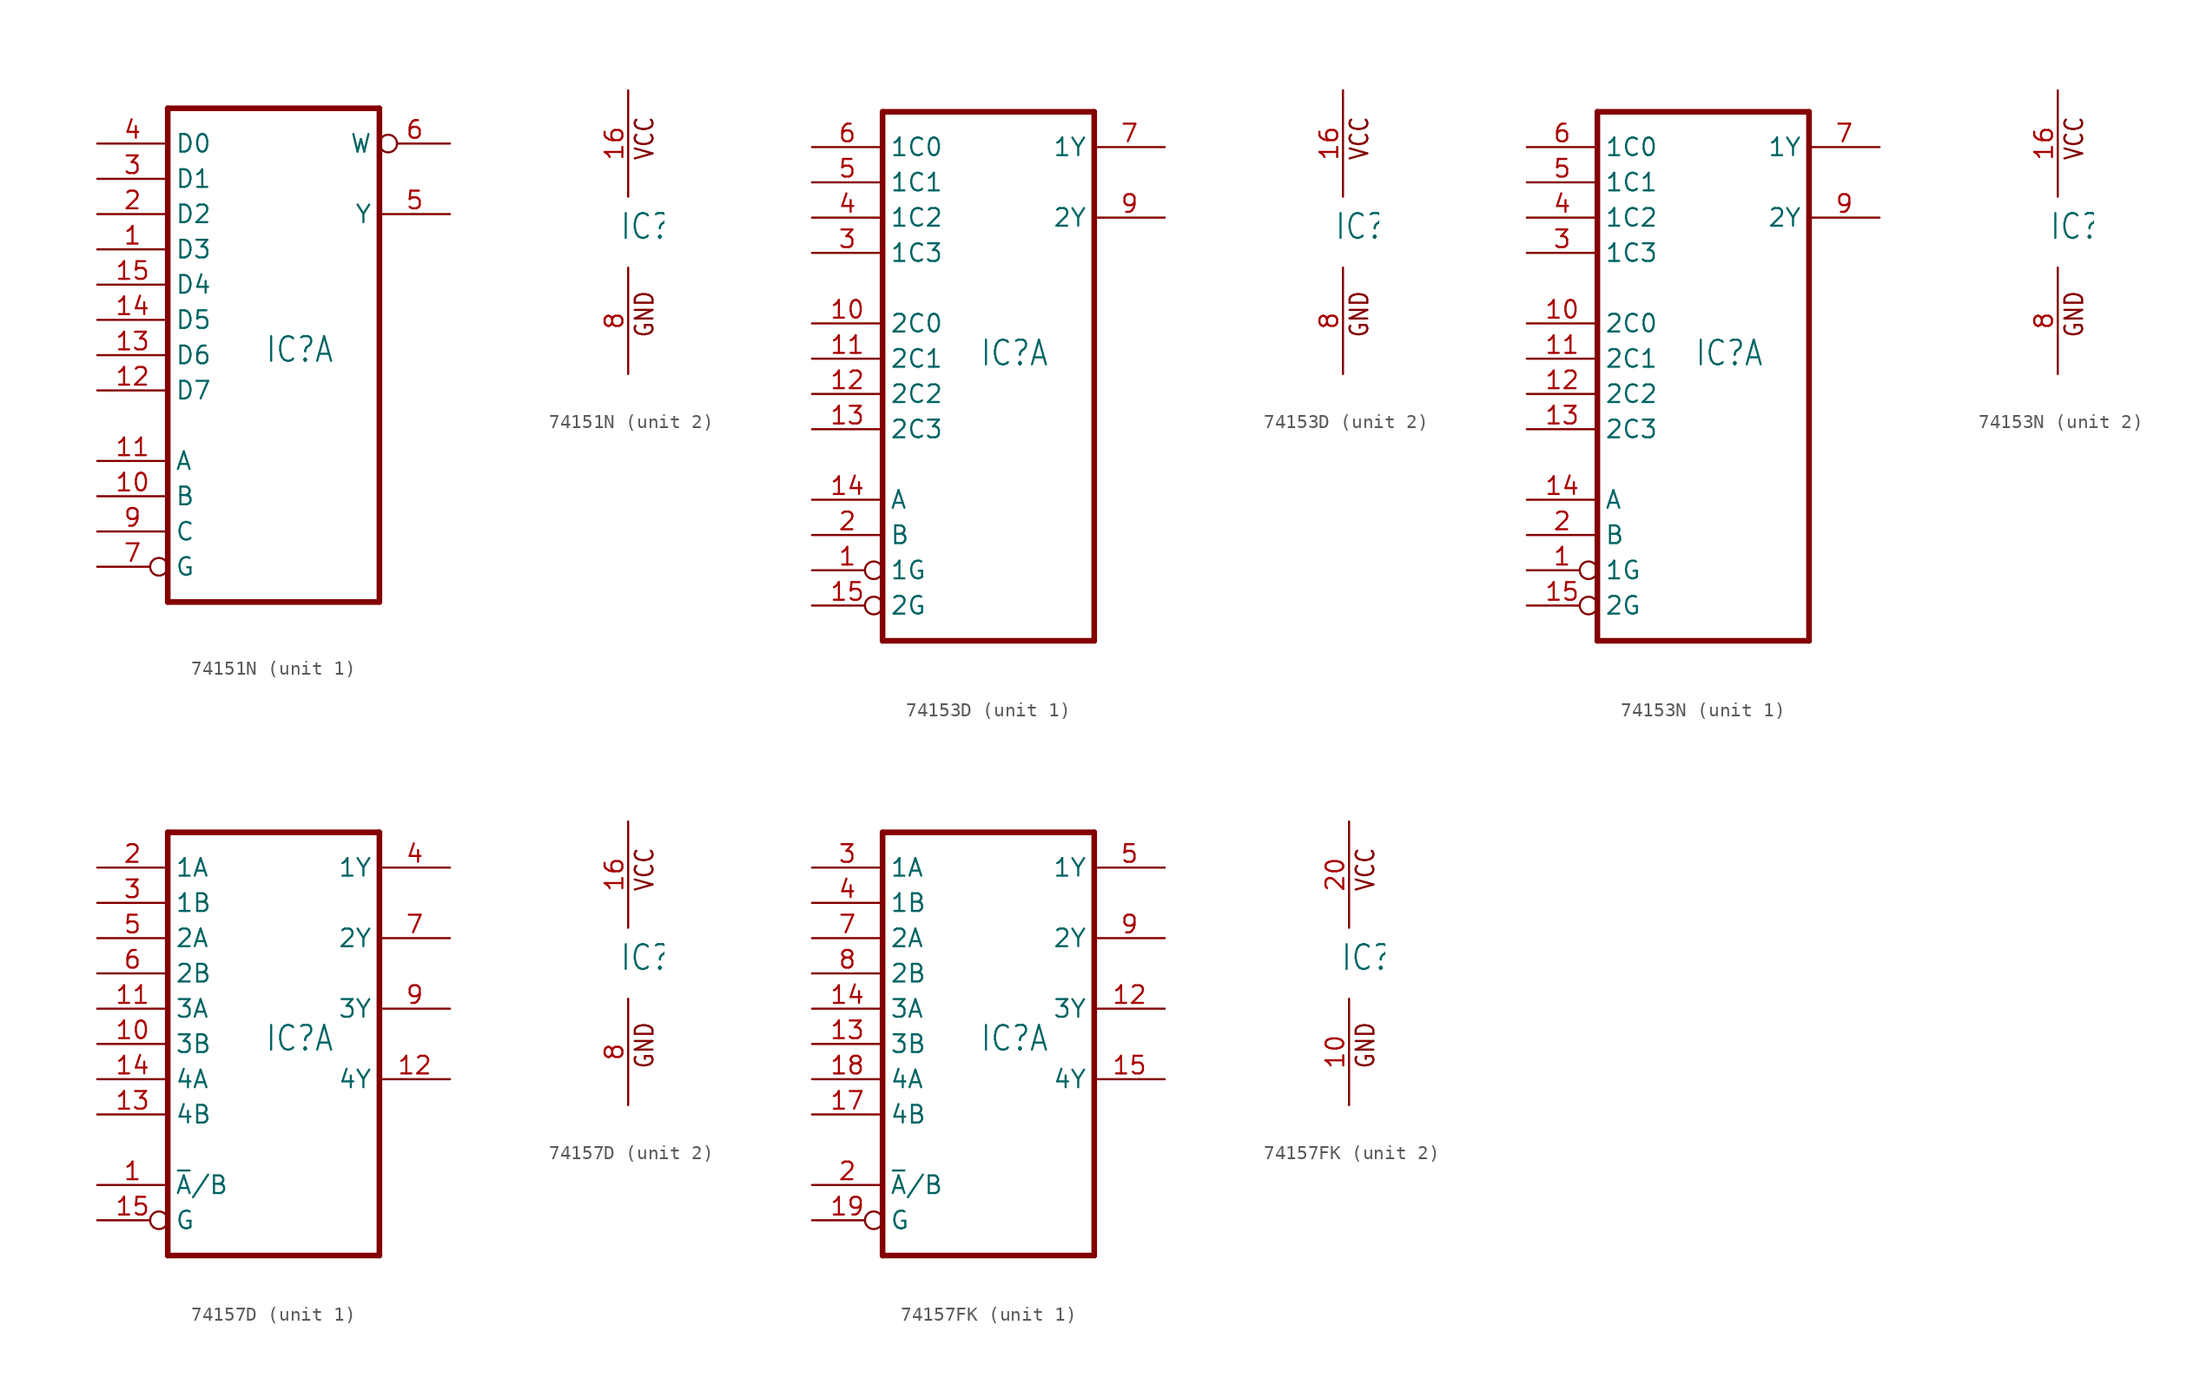
<source format=kicad_sym>
(kicad_symbol_lib
  (version 20211014)
  (generator kicad_symbol_editor)
  (symbol "74151N"
    (property "Reference" "IC"
      (at -0.635 -0.635 0)
      (effects (font (size 1.778 1.511)) (justify left bottom)))
    (property "ki_locked" ""
      (at 0 0 0)
      (effects (font (size 1.27 1.27))))
    (symbol "74151N_1_0"
      (polyline (pts (xy -7.62 -17.78) (xy 7.62 -17.78)) (stroke (width 0.406) (type default) (color 0 0 0 0)) (fill (type none)))
      (polyline (pts (xy -7.62 17.78) (xy -7.62 -17.78)) (stroke (width 0.406) (type default) (color 0 0 0 0)) (fill (type none)))
      (polyline (pts (xy 7.62 -17.78) (xy 7.62 17.78)) (stroke (width 0.406) (type default) (color 0 0 0 0)) (fill (type none)))
      (polyline (pts (xy 7.62 17.78) (xy -7.62 17.78)) (stroke (width 0.406) (type default) (color 0 0 0 0)) (fill (type none)))
      (pin input line (at -12.7 7.62 0) (length 5.08) (name "D3" (effects (font (size 1.27 1.27)))) (number "1" (effects (font (size 1.27 1.27)))))
      (pin input line (at -12.7 -10.16 0) (length 5.08) (name "B" (effects (font (size 1.27 1.27)))) (number "10" (effects (font (size 1.27 1.27)))))
      (pin input line (at -12.7 -7.62 0) (length 5.08) (name "A" (effects (font (size 1.27 1.27)))) (number "11" (effects (font (size 1.27 1.27)))))
      (pin input line (at -12.7 -2.54 0) (length 5.08) (name "D7" (effects (font (size 1.27 1.27)))) (number "12" (effects (font (size 1.27 1.27)))))
      (pin input line (at -12.7 0 0) (length 5.08) (name "D6" (effects (font (size 1.27 1.27)))) (number "13" (effects (font (size 1.27 1.27)))))
      (pin input line (at -12.7 2.54 0) (length 5.08) (name "D5" (effects (font (size 1.27 1.27)))) (number "14" (effects (font (size 1.27 1.27)))))
      (pin input line (at -12.7 5.08 0) (length 5.08) (name "D4" (effects (font (size 1.27 1.27)))) (number "15" (effects (font (size 1.27 1.27)))))
      (pin input line (at -12.7 10.16 0) (length 5.08) (name "D2" (effects (font (size 1.27 1.27)))) (number "2" (effects (font (size 1.27 1.27)))))
      (pin input line (at -12.7 12.7 0) (length 5.08) (name "D1" (effects (font (size 1.27 1.27)))) (number "3" (effects (font (size 1.27 1.27)))))
      (pin input line (at -12.7 15.24 0) (length 5.08) (name "D0" (effects (font (size 1.27 1.27)))) (number "4" (effects (font (size 1.27 1.27)))))
      (pin output line (at 12.7 10.16 180) (length 5.08) (name "Y" (effects (font (size 1.27 1.27)))) (number "5" (effects (font (size 1.27 1.27)))))
      (pin output inverted (at 12.7 15.24 180) (length 5.08) (name "W" (effects (font (size 1.27 1.27)))) (number "6" (effects (font (size 1.27 1.27)))))
      (pin input inverted (at -12.7 -15.24 0) (length 5.08) (name "G" (effects (font (size 1.27 1.27)))) (number "7" (effects (font (size 1.27 1.27)))))
      (pin input line (at -12.7 -12.7 0) (length 5.08) (name "C" (effects (font (size 1.27 1.27)))) (number "9" (effects (font (size 1.27 1.27))))))
    (symbol "74151N_2_0"
      (text "GND" (at 1.905 -7.62 900) (effects (font (size 1.27 1.079)) (justify left bottom)))
      (text "VCC" (at 1.905 5.08 900) (effects (font (size 1.27 1.079)) (justify left bottom)))
      (pin power_in line (at 0 10.16 270) (length 7.62) (name "VCC" (effects (font (size 0 0)))) (number "16" (effects (font (size 1.27 1.27)))))
      (pin power_in line (at 0 -10.16 90) (length 7.62) (name "GND" (effects (font (size 0 0)))) (number "8" (effects (font (size 1.27 1.27)))))))
  (symbol "74153D"
    (property "Reference" "IC"
      (at -0.635 -0.635 0)
      (effects (font (size 1.778 1.511)) (justify left bottom)))
    (property "ki_locked" ""
      (at 0 0 0)
      (effects (font (size 1.27 1.27))))
    (symbol "74153D_1_0"
      (polyline (pts (xy -7.62 -20.32) (xy 7.62 -20.32)) (stroke (width 0.406) (type default) (color 0 0 0 0)) (fill (type none)))
      (polyline (pts (xy -7.62 17.78) (xy -7.62 -20.32)) (stroke (width 0.406) (type default) (color 0 0 0 0)) (fill (type none)))
      (polyline (pts (xy 7.62 -20.32) (xy 7.62 17.78)) (stroke (width 0.406) (type default) (color 0 0 0 0)) (fill (type none)))
      (polyline (pts (xy 7.62 17.78) (xy -7.62 17.78)) (stroke (width 0.406) (type default) (color 0 0 0 0)) (fill (type none)))
      (pin input inverted (at -12.7 -15.24 0) (length 5.08) (name "1G" (effects (font (size 1.27 1.27)))) (number "1" (effects (font (size 1.27 1.27)))))
      (pin input line (at -12.7 2.54 0) (length 5.08) (name "2C0" (effects (font (size 1.27 1.27)))) (number "10" (effects (font (size 1.27 1.27)))))
      (pin input line (at -12.7 0 0) (length 5.08) (name "2C1" (effects (font (size 1.27 1.27)))) (number "11" (effects (font (size 1.27 1.27)))))
      (pin input line (at -12.7 -2.54 0) (length 5.08) (name "2C2" (effects (font (size 1.27 1.27)))) (number "12" (effects (font (size 1.27 1.27)))))
      (pin input line (at -12.7 -5.08 0) (length 5.08) (name "2C3" (effects (font (size 1.27 1.27)))) (number "13" (effects (font (size 1.27 1.27)))))
      (pin input line (at -12.7 -10.16 0) (length 5.08) (name "A" (effects (font (size 1.27 1.27)))) (number "14" (effects (font (size 1.27 1.27)))))
      (pin input inverted (at -12.7 -17.78 0) (length 5.08) (name "2G" (effects (font (size 1.27 1.27)))) (number "15" (effects (font (size 1.27 1.27)))))
      (pin input line (at -12.7 -12.7 0) (length 5.08) (name "B" (effects (font (size 1.27 1.27)))) (number "2" (effects (font (size 1.27 1.27)))))
      (pin input line (at -12.7 7.62 0) (length 5.08) (name "1C3" (effects (font (size 1.27 1.27)))) (number "3" (effects (font (size 1.27 1.27)))))
      (pin input line (at -12.7 10.16 0) (length 5.08) (name "1C2" (effects (font (size 1.27 1.27)))) (number "4" (effects (font (size 1.27 1.27)))))
      (pin input line (at -12.7 12.7 0) (length 5.08) (name "1C1" (effects (font (size 1.27 1.27)))) (number "5" (effects (font (size 1.27 1.27)))))
      (pin input line (at -12.7 15.24 0) (length 5.08) (name "1C0" (effects (font (size 1.27 1.27)))) (number "6" (effects (font (size 1.27 1.27)))))
      (pin output line (at 12.7 15.24 180) (length 5.08) (name "1Y" (effects (font (size 1.27 1.27)))) (number "7" (effects (font (size 1.27 1.27)))))
      (pin output line (at 12.7 10.16 180) (length 5.08) (name "2Y" (effects (font (size 1.27 1.27)))) (number "9" (effects (font (size 1.27 1.27))))))
    (symbol "74153D_2_0"
      (text "GND" (at 1.905 -7.62 900) (effects (font (size 1.27 1.079)) (justify left bottom)))
      (text "VCC" (at 1.905 5.08 900) (effects (font (size 1.27 1.079)) (justify left bottom)))
      (pin power_in line (at 0 10.16 270) (length 7.62) (name "VCC" (effects (font (size 0 0)))) (number "16" (effects (font (size 1.27 1.27)))))
      (pin power_in line (at 0 -10.16 90) (length 7.62) (name "GND" (effects (font (size 0 0)))) (number "8" (effects (font (size 1.27 1.27)))))))
  (symbol "74153N"
    (property "Reference" "IC"
      (at -0.635 -0.635 0)
      (effects (font (size 1.778 1.511)) (justify left bottom)))
    (property "ki_locked" ""
      (at 0 0 0)
      (effects (font (size 1.27 1.27))))
    (symbol "74153N_1_0"
      (polyline (pts (xy -7.62 -20.32) (xy 7.62 -20.32)) (stroke (width 0.406) (type default) (color 0 0 0 0)) (fill (type none)))
      (polyline (pts (xy -7.62 17.78) (xy -7.62 -20.32)) (stroke (width 0.406) (type default) (color 0 0 0 0)) (fill (type none)))
      (polyline (pts (xy 7.62 -20.32) (xy 7.62 17.78)) (stroke (width 0.406) (type default) (color 0 0 0 0)) (fill (type none)))
      (polyline (pts (xy 7.62 17.78) (xy -7.62 17.78)) (stroke (width 0.406) (type default) (color 0 0 0 0)) (fill (type none)))
      (pin input inverted (at -12.7 -15.24 0) (length 5.08) (name "1G" (effects (font (size 1.27 1.27)))) (number "1" (effects (font (size 1.27 1.27)))))
      (pin input line (at -12.7 2.54 0) (length 5.08) (name "2C0" (effects (font (size 1.27 1.27)))) (number "10" (effects (font (size 1.27 1.27)))))
      (pin input line (at -12.7 0 0) (length 5.08) (name "2C1" (effects (font (size 1.27 1.27)))) (number "11" (effects (font (size 1.27 1.27)))))
      (pin input line (at -12.7 -2.54 0) (length 5.08) (name "2C2" (effects (font (size 1.27 1.27)))) (number "12" (effects (font (size 1.27 1.27)))))
      (pin input line (at -12.7 -5.08 0) (length 5.08) (name "2C3" (effects (font (size 1.27 1.27)))) (number "13" (effects (font (size 1.27 1.27)))))
      (pin input line (at -12.7 -10.16 0) (length 5.08) (name "A" (effects (font (size 1.27 1.27)))) (number "14" (effects (font (size 1.27 1.27)))))
      (pin input inverted (at -12.7 -17.78 0) (length 5.08) (name "2G" (effects (font (size 1.27 1.27)))) (number "15" (effects (font (size 1.27 1.27)))))
      (pin input line (at -12.7 -12.7 0) (length 5.08) (name "B" (effects (font (size 1.27 1.27)))) (number "2" (effects (font (size 1.27 1.27)))))
      (pin input line (at -12.7 7.62 0) (length 5.08) (name "1C3" (effects (font (size 1.27 1.27)))) (number "3" (effects (font (size 1.27 1.27)))))
      (pin input line (at -12.7 10.16 0) (length 5.08) (name "1C2" (effects (font (size 1.27 1.27)))) (number "4" (effects (font (size 1.27 1.27)))))
      (pin input line (at -12.7 12.7 0) (length 5.08) (name "1C1" (effects (font (size 1.27 1.27)))) (number "5" (effects (font (size 1.27 1.27)))))
      (pin input line (at -12.7 15.24 0) (length 5.08) (name "1C0" (effects (font (size 1.27 1.27)))) (number "6" (effects (font (size 1.27 1.27)))))
      (pin output line (at 12.7 15.24 180) (length 5.08) (name "1Y" (effects (font (size 1.27 1.27)))) (number "7" (effects (font (size 1.27 1.27)))))
      (pin output line (at 12.7 10.16 180) (length 5.08) (name "2Y" (effects (font (size 1.27 1.27)))) (number "9" (effects (font (size 1.27 1.27))))))
    (symbol "74153N_2_0"
      (text "GND" (at 1.905 -7.62 900) (effects (font (size 1.27 1.079)) (justify left bottom)))
      (text "VCC" (at 1.905 5.08 900) (effects (font (size 1.27 1.079)) (justify left bottom)))
      (pin power_in line (at 0 10.16 270) (length 7.62) (name "VCC" (effects (font (size 0 0)))) (number "16" (effects (font (size 1.27 1.27)))))
      (pin power_in line (at 0 -10.16 90) (length 7.62) (name "GND" (effects (font (size 0 0)))) (number "8" (effects (font (size 1.27 1.27)))))))
  (symbol "74157D"
    (property "Reference" "IC"
      (at -0.635 -0.635 0)
      (effects (font (size 1.778 1.511)) (justify left bottom)))
    (property "ki_locked" ""
      (at 0 0 0)
      (effects (font (size 1.27 1.27))))
    (symbol "74157D_1_0"
      (polyline (pts (xy -7.62 -15.24) (xy 7.62 -15.24)) (stroke (width 0.406) (type default) (color 0 0 0 0)) (fill (type none)))
      (polyline (pts (xy -7.62 15.24) (xy -7.62 -15.24)) (stroke (width 0.406) (type default) (color 0 0 0 0)) (fill (type none)))
      (polyline (pts (xy 7.62 -15.24) (xy 7.62 15.24)) (stroke (width 0.406) (type default) (color 0 0 0 0)) (fill (type none)))
      (polyline (pts (xy 7.62 15.24) (xy -7.62 15.24)) (stroke (width 0.406) (type default) (color 0 0 0 0)) (fill (type none)))
      (pin input line (at -12.7 -10.16 0) (length 5.08) (name "~{A}/B" (effects (font (size 1.27 1.27)))) (number "1" (effects (font (size 1.27 1.27)))))
      (pin input line (at -12.7 0 0) (length 5.08) (name "3B" (effects (font (size 1.27 1.27)))) (number "10" (effects (font (size 1.27 1.27)))))
      (pin input line (at -12.7 2.54 0) (length 5.08) (name "3A" (effects (font (size 1.27 1.27)))) (number "11" (effects (font (size 1.27 1.27)))))
      (pin output line (at 12.7 -2.54 180) (length 5.08) (name "4Y" (effects (font (size 1.27 1.27)))) (number "12" (effects (font (size 1.27 1.27)))))
      (pin input line (at -12.7 -5.08 0) (length 5.08) (name "4B" (effects (font (size 1.27 1.27)))) (number "13" (effects (font (size 1.27 1.27)))))
      (pin input line (at -12.7 -2.54 0) (length 5.08) (name "4A" (effects (font (size 1.27 1.27)))) (number "14" (effects (font (size 1.27 1.27)))))
      (pin input inverted (at -12.7 -12.7 0) (length 5.08) (name "G" (effects (font (size 1.27 1.27)))) (number "15" (effects (font (size 1.27 1.27)))))
      (pin input line (at -12.7 12.7 0) (length 5.08) (name "1A" (effects (font (size 1.27 1.27)))) (number "2" (effects (font (size 1.27 1.27)))))
      (pin input line (at -12.7 10.16 0) (length 5.08) (name "1B" (effects (font (size 1.27 1.27)))) (number "3" (effects (font (size 1.27 1.27)))))
      (pin output line (at 12.7 12.7 180) (length 5.08) (name "1Y" (effects (font (size 1.27 1.27)))) (number "4" (effects (font (size 1.27 1.27)))))
      (pin input line (at -12.7 7.62 0) (length 5.08) (name "2A" (effects (font (size 1.27 1.27)))) (number "5" (effects (font (size 1.27 1.27)))))
      (pin input line (at -12.7 5.08 0) (length 5.08) (name "2B" (effects (font (size 1.27 1.27)))) (number "6" (effects (font (size 1.27 1.27)))))
      (pin output line (at 12.7 7.62 180) (length 5.08) (name "2Y" (effects (font (size 1.27 1.27)))) (number "7" (effects (font (size 1.27 1.27)))))
      (pin output line (at 12.7 2.54 180) (length 5.08) (name "3Y" (effects (font (size 1.27 1.27)))) (number "9" (effects (font (size 1.27 1.27))))))
    (symbol "74157D_2_0"
      (text "GND" (at 1.905 -7.62 900) (effects (font (size 1.27 1.079)) (justify left bottom)))
      (text "VCC" (at 1.905 5.08 900) (effects (font (size 1.27 1.079)) (justify left bottom)))
      (pin power_in line (at 0 10.16 270) (length 7.62) (name "VCC" (effects (font (size 0 0)))) (number "16" (effects (font (size 1.27 1.27)))))
      (pin power_in line (at 0 -10.16 90) (length 7.62) (name "GND" (effects (font (size 0 0)))) (number "8" (effects (font (size 1.27 1.27)))))))
  (symbol "74157FK"
    (property "Reference" "IC"
      (at -0.635 -0.635 0)
      (effects (font (size 1.778 1.511)) (justify left bottom)))
    (property "ki_locked" ""
      (at 0 0 0)
      (effects (font (size 1.27 1.27))))
    (symbol "74157FK_1_0"
      (polyline (pts (xy -7.62 -15.24) (xy 7.62 -15.24)) (stroke (width 0.406) (type default) (color 0 0 0 0)) (fill (type none)))
      (polyline (pts (xy -7.62 15.24) (xy -7.62 -15.24)) (stroke (width 0.406) (type default) (color 0 0 0 0)) (fill (type none)))
      (polyline (pts (xy 7.62 -15.24) (xy 7.62 15.24)) (stroke (width 0.406) (type default) (color 0 0 0 0)) (fill (type none)))
      (polyline (pts (xy 7.62 15.24) (xy -7.62 15.24)) (stroke (width 0.406) (type default) (color 0 0 0 0)) (fill (type none)))
      (pin output line (at 12.7 2.54 180) (length 5.08) (name "3Y" (effects (font (size 1.27 1.27)))) (number "12" (effects (font (size 1.27 1.27)))))
      (pin input line (at -12.7 0 0) (length 5.08) (name "3B" (effects (font (size 1.27 1.27)))) (number "13" (effects (font (size 1.27 1.27)))))
      (pin input line (at -12.7 2.54 0) (length 5.08) (name "3A" (effects (font (size 1.27 1.27)))) (number "14" (effects (font (size 1.27 1.27)))))
      (pin output line (at 12.7 -2.54 180) (length 5.08) (name "4Y" (effects (font (size 1.27 1.27)))) (number "15" (effects (font (size 1.27 1.27)))))
      (pin input line (at -12.7 -5.08 0) (length 5.08) (name "4B" (effects (font (size 1.27 1.27)))) (number "17" (effects (font (size 1.27 1.27)))))
      (pin input line (at -12.7 -2.54 0) (length 5.08) (name "4A" (effects (font (size 1.27 1.27)))) (number "18" (effects (font (size 1.27 1.27)))))
      (pin input inverted (at -12.7 -12.7 0) (length 5.08) (name "G" (effects (font (size 1.27 1.27)))) (number "19" (effects (font (size 1.27 1.27)))))
      (pin input line (at -12.7 -10.16 0) (length 5.08) (name "~{A}/B" (effects (font (size 1.27 1.27)))) (number "2" (effects (font (size 1.27 1.27)))))
      (pin input line (at -12.7 12.7 0) (length 5.08) (name "1A" (effects (font (size 1.27 1.27)))) (number "3" (effects (font (size 1.27 1.27)))))
      (pin input line (at -12.7 10.16 0) (length 5.08) (name "1B" (effects (font (size 1.27 1.27)))) (number "4" (effects (font (size 1.27 1.27)))))
      (pin output line (at 12.7 12.7 180) (length 5.08) (name "1Y" (effects (font (size 1.27 1.27)))) (number "5" (effects (font (size 1.27 1.27)))))
      (pin input line (at -12.7 7.62 0) (length 5.08) (name "2A" (effects (font (size 1.27 1.27)))) (number "7" (effects (font (size 1.27 1.27)))))
      (pin input line (at -12.7 5.08 0) (length 5.08) (name "2B" (effects (font (size 1.27 1.27)))) (number "8" (effects (font (size 1.27 1.27)))))
      (pin output line (at 12.7 7.62 180) (length 5.08) (name "2Y" (effects (font (size 1.27 1.27)))) (number "9" (effects (font (size 1.27 1.27))))))
    (symbol "74157FK_2_0"
      (text "GND" (at 1.905 -7.62 900) (effects (font (size 1.27 1.079)) (justify left bottom)))
      (text "VCC" (at 1.905 5.08 900) (effects (font (size 1.27 1.079)) (justify left bottom)))
      (pin power_in line (at 0 -10.16 90) (length 7.62) (name "GND" (effects (font (size 0 0)))) (number "10" (effects (font (size 1.27 1.27)))))
      (pin power_in line (at 0 10.16 270) (length 7.62) (name "VCC" (effects (font (size 0 0)))) (number "20" (effects (font (size 1.27 1.27))))))))
</source>
